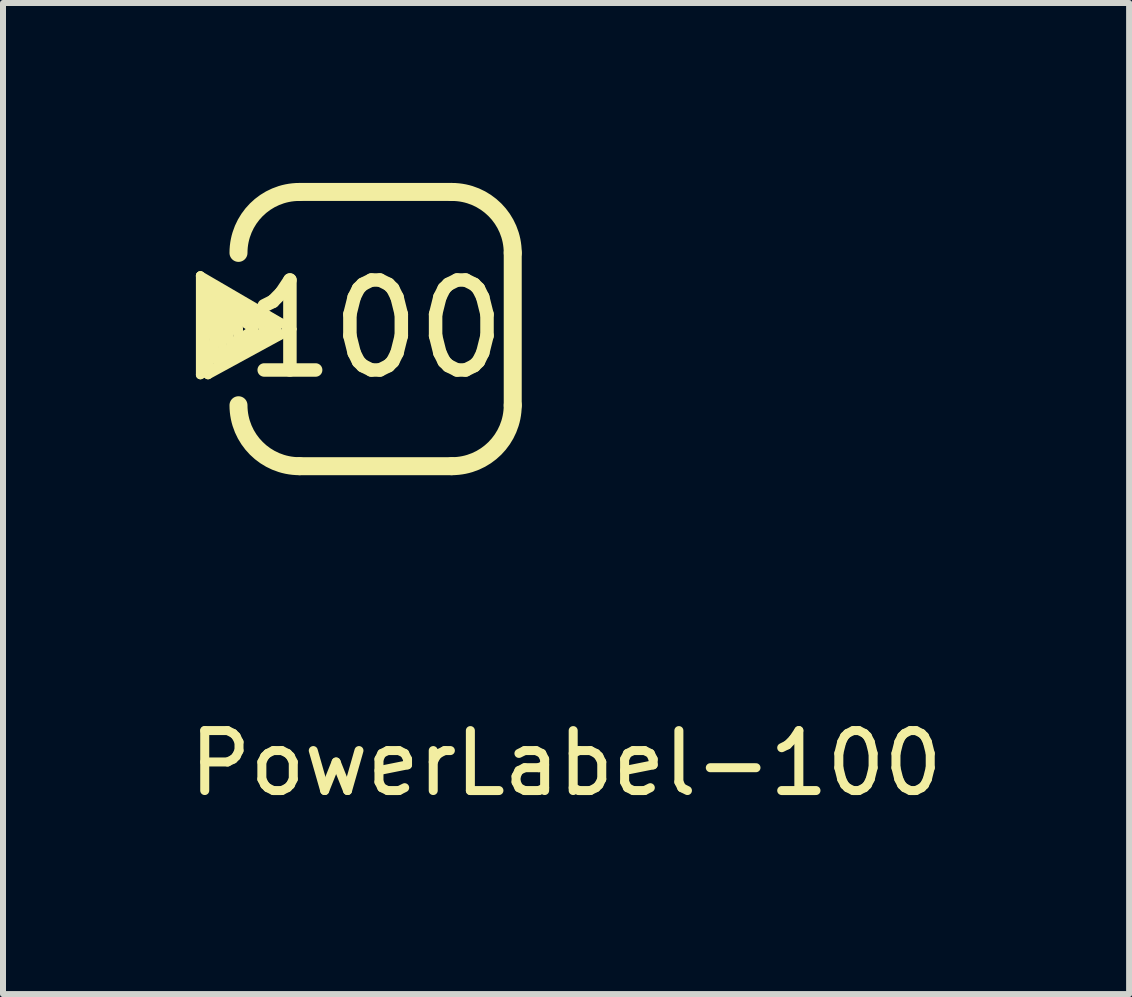
<source format=kicad_pcb>
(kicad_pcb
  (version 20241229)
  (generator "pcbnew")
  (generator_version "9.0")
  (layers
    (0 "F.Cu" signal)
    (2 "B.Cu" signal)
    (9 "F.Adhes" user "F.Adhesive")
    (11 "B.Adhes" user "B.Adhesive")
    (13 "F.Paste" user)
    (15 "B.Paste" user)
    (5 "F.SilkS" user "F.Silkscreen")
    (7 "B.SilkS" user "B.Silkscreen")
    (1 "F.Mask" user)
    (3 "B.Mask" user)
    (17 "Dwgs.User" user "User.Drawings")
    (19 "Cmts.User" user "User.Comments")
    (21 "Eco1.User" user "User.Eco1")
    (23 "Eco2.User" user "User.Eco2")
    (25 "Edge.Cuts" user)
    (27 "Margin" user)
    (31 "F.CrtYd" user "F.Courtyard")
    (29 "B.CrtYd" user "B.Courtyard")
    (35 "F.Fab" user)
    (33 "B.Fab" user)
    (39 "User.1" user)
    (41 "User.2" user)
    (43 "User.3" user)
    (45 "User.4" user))
  (footprint "PowerLabel-100"
    (layer "F.Cu")
    (at 3.212 2.436)
    (property "Reference" "PowerLabel-100" (at 3.175 7.239 0) (layer "F.SilkS") (effects (font (size 1 1) (thickness 0.15))))
    (attr through_hole)
    (fp_line (start -2.921 -0.889) (end -2.921 0.762) (stroke (width 0.15) (type solid)) (layer "F.SilkS"))
    (fp_line (start -2.921 -0.889) (end -1.397 0) (stroke (width 0.15) (type solid)) (layer "F.SilkS"))
    (fp_line (start -2.921 0.762) (end -1.397 0) (stroke (width 0.15) (type solid)) (layer "F.SilkS"))
    (fp_line (start -2.794 -0.762) (end -2.667 0.508) (stroke (width 0.15) (type solid)) (layer "F.SilkS"))
    (fp_line (start -2.794 0.762) (end -2.921 -0.889) (stroke (width 0.15) (type solid)) (layer "F.SilkS"))
    (fp_line (start -2.667 -0.635) (end -2.54 0.381) (stroke (width 0.15) (type solid)) (layer "F.SilkS"))
    (fp_line (start -2.667 0.508) (end -1.651 0) (stroke (width 0.15) (type solid)) (layer "F.SilkS"))
    (fp_line (start -2.54 -0.508) (end -2.794 0.635) (stroke (width 0.15) (type solid)) (layer "F.SilkS"))
    (fp_line (start -2.54 -0.381) (end -2.413 0.254) (stroke (width 0.15) (type solid)) (layer "F.SilkS"))
    (fp_line (start -2.54 0.381) (end -1.778 0) (stroke (width 0.15) (type solid)) (layer "F.SilkS"))
    (fp_line (start -2.413 -0.254) (end -2.286 0.127) (stroke (width 0.15) (type solid)) (layer "F.SilkS"))
    (fp_line (start -2.413 0.254) (end -2.032 0) (stroke (width 0.15) (type solid)) (layer "F.SilkS"))
    (fp_line (start -2.286 0) (end -2.54 -0.508) (stroke (width 0.15) (type solid)) (layer "F.SilkS"))
    (fp_line (start -2.286 0.127) (end -2.286 0) (stroke (width 0.15) (type solid)) (layer "F.SilkS"))
    (fp_line (start -2.032 0) (end -2.413 -0.254) (stroke (width 0.15) (type solid)) (layer "F.SilkS"))
    (fp_line (start -1.778 0) (end -2.54 -0.381) (stroke (width 0.15) (type solid)) (layer "F.SilkS"))
    (fp_line (start -1.651 0) (end -2.667 -0.635) (stroke (width 0.15) (type solid)) (layer "F.SilkS"))
    (fp_line (start -1.397 0) (end -2.794 -0.762) (stroke (width 0.15) (type solid)) (layer "F.SilkS"))
    (fp_line (start -1.397 0) (end -2.794 0.762) (stroke (width 0.15) (type solid)) (layer "F.SilkS"))
    (fp_line (start -1.27 -2.286) (end 1.27 -2.286) (stroke (width 0.3) (type solid)) (layer "F.SilkS"))
    (fp_line (start 1.27 2.286) (end -1.27 2.286) (stroke (width 0.3) (type solid)) (layer "F.SilkS"))
    (fp_line (start 2.286 -1.27) (end 2.286 1.27) (stroke (width 0.3) (type solid)) (layer "F.SilkS"))
    (fp_arc (start -2.286 -1.27) (mid -1.989047 -1.987793) (end -1.271773 -2.285998) (stroke (width 0.3) (type solid)) (layer "F.SilkS"))
    (fp_arc (start -1.27 2.286) (mid -1.98842 1.98842) (end -2.286 1.27) (stroke (width 0.3) (type solid)) (layer "F.SilkS"))
    (fp_arc (start 1.27 -2.286) (mid 1.98842 -1.98842) (end 2.286 -1.27) (stroke (width 0.3) (type solid)) (layer "F.SilkS"))
    (fp_arc (start 2.286 1.27) (mid 1.98842 1.98842) (end 1.27 2.286) (stroke (width 0.3) (type solid)) (layer "F.SilkS"))
    (fp_text user "100" (at 0 0 0) (layer "F.SilkS") (effects (font (size 1.5 1.5) (thickness 0.225)))))
  (gr_rect
    (start -3 -3)
    (end 15.774 13.523)
    (stroke (width 0.1) (type default))
    (fill no)
    (layer "Edge.Cuts")))
</source>
